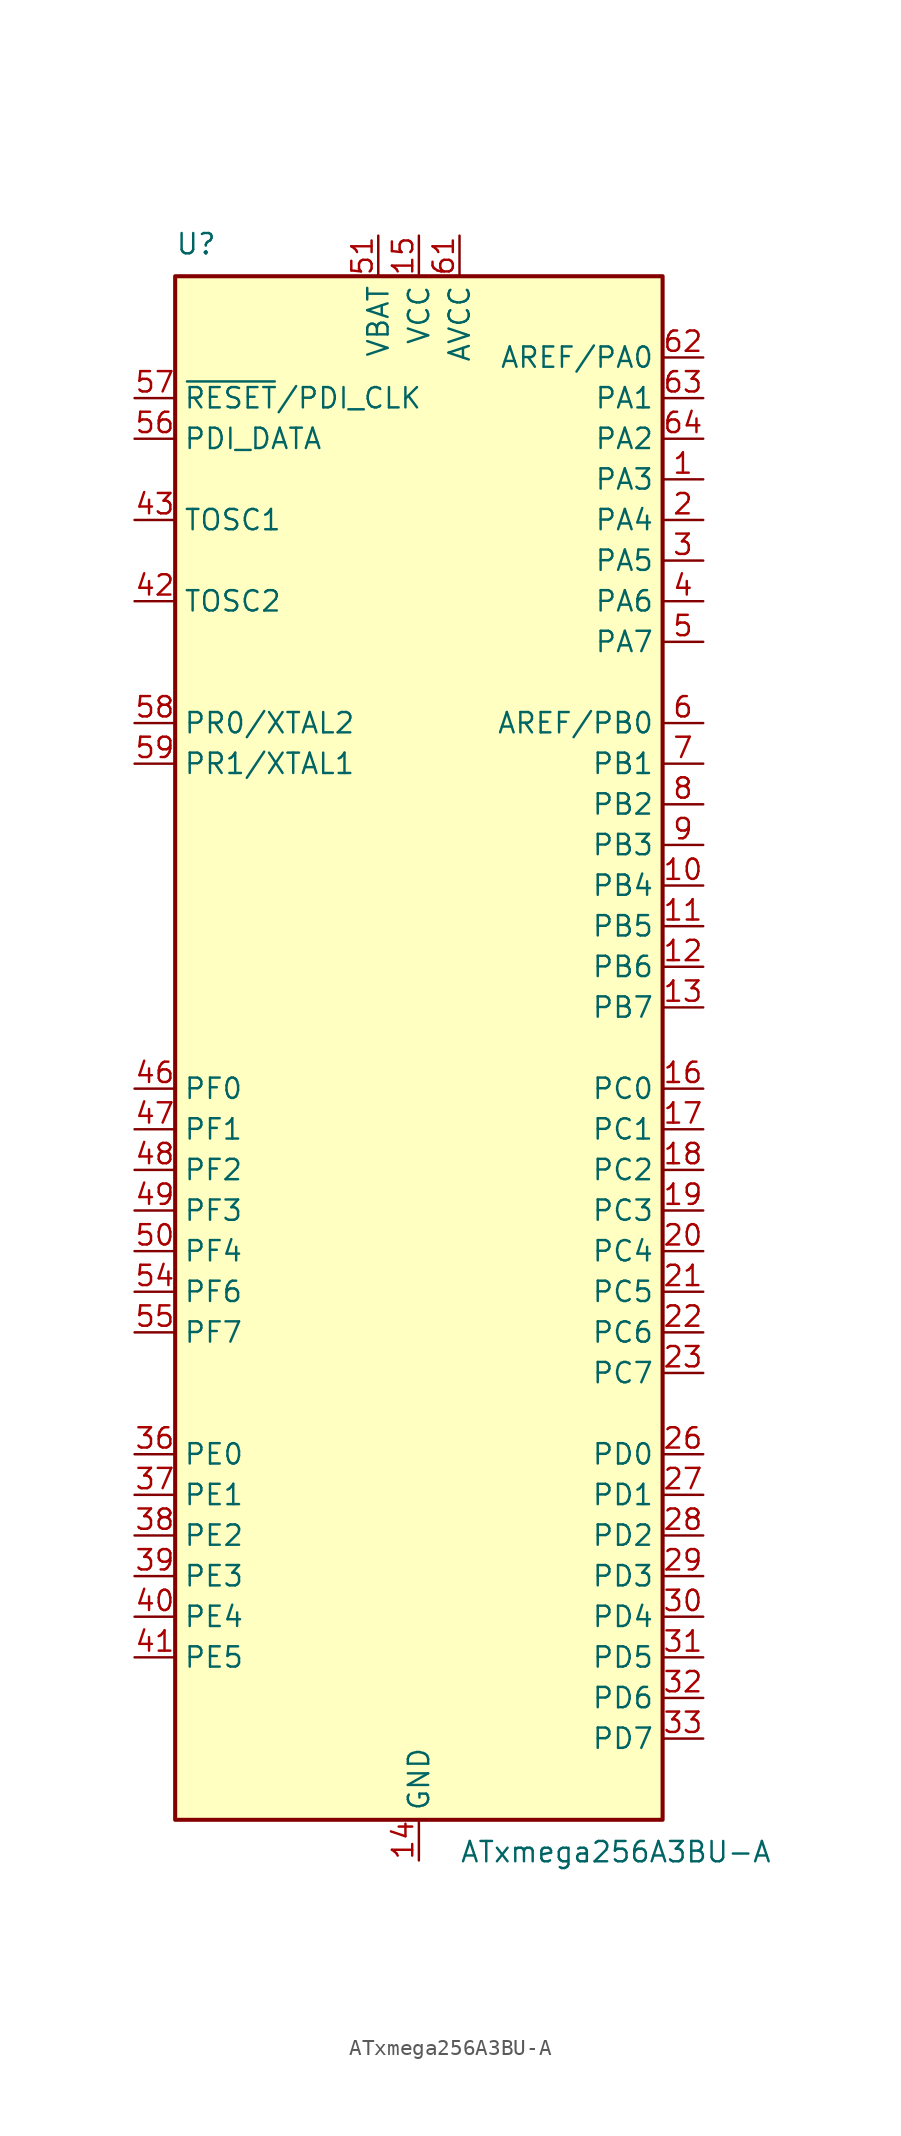
<source format=kicad_sym>
(kicad_symbol_lib
  (version 20211014)
  (generator kicad_symbol_editor)
  (symbol "ATxmega256A3BU-A"
    (property "Reference" "U"
      (at -15.24 49.53 0)
      (effects (font (size 1.27 1.27)) (justify left bottom)))
    (property "Value" "ATxmega256A3BU-A"
      (at 2.54 -49.53 0)
      (effects (font (size 1.27 1.27)) (justify left top)))
    (symbol "ATxmega256A3BU-A_0_1"
      (rectangle (start -15.24 -48.26) (end 15.24 48.26) (stroke (width 0.254) (type default) (color 0 0 0 0)) (fill (type background))))
    (symbol "ATxmega256A3BU-A_1_1"
      (pin bidirectional line (at 17.78 35.56 180) (length 2.54) (name "PA3" (effects (font (size 1.27 1.27)))) (number "1" (effects (font (size 1.27 1.27)))))
      (pin bidirectional line (at 17.78 10.16 180) (length 2.54) (name "PB4" (effects (font (size 1.27 1.27)))) (number "10" (effects (font (size 1.27 1.27)))))
      (pin bidirectional line (at 17.78 7.62 180) (length 2.54) (name "PB5" (effects (font (size 1.27 1.27)))) (number "11" (effects (font (size 1.27 1.27)))))
      (pin bidirectional line (at 17.78 5.08 180) (length 2.54) (name "PB6" (effects (font (size 1.27 1.27)))) (number "12" (effects (font (size 1.27 1.27)))))
      (pin bidirectional line (at 17.78 2.54 180) (length 2.54) (name "PB7" (effects (font (size 1.27 1.27)))) (number "13" (effects (font (size 1.27 1.27)))))
      (pin power_in line (at 0 -50.8 90) (length 2.54) (name "GND" (effects (font (size 1.27 1.27)))) (number "14" (effects (font (size 1.27 1.27)))))
      (pin power_in line (at 0 50.8 270) (length 2.54) (name "VCC" (effects (font (size 1.27 1.27)))) (number "15" (effects (font (size 1.27 1.27)))))
      (pin bidirectional line (at 17.78 -2.54 180) (length 2.54) (name "PC0" (effects (font (size 1.27 1.27)))) (number "16" (effects (font (size 1.27 1.27)))))
      (pin bidirectional line (at 17.78 -5.08 180) (length 2.54) (name "PC1" (effects (font (size 1.27 1.27)))) (number "17" (effects (font (size 1.27 1.27)))))
      (pin bidirectional line (at 17.78 -7.62 180) (length 2.54) (name "PC2" (effects (font (size 1.27 1.27)))) (number "18" (effects (font (size 1.27 1.27)))))
      (pin bidirectional line (at 17.78 -10.16 180) (length 2.54) (name "PC3" (effects (font (size 1.27 1.27)))) (number "19" (effects (font (size 1.27 1.27)))))
      (pin bidirectional line (at 17.78 33.02 180) (length 2.54) (name "PA4" (effects (font (size 1.27 1.27)))) (number "2" (effects (font (size 1.27 1.27)))))
      (pin bidirectional line (at 17.78 -12.7 180) (length 2.54) (name "PC4" (effects (font (size 1.27 1.27)))) (number "20" (effects (font (size 1.27 1.27)))))
      (pin bidirectional line (at 17.78 -15.24 180) (length 2.54) (name "PC5" (effects (font (size 1.27 1.27)))) (number "21" (effects (font (size 1.27 1.27)))))
      (pin bidirectional line (at 17.78 -17.78 180) (length 2.54) (name "PC6" (effects (font (size 1.27 1.27)))) (number "22" (effects (font (size 1.27 1.27)))))
      (pin bidirectional line (at 17.78 -20.32 180) (length 2.54) (name "PC7" (effects (font (size 1.27 1.27)))) (number "23" (effects (font (size 1.27 1.27)))))
      (pin passive line (at 0 -50.8 90) (length 2.54) hide (name "GND" (effects (font (size 1.27 1.27)))) (number "24" (effects (font (size 1.27 1.27)))))
      (pin passive line (at 0 50.8 270) (length 2.54) hide (name "VCC" (effects (font (size 1.27 1.27)))) (number "25" (effects (font (size 1.27 1.27)))))
      (pin bidirectional line (at 17.78 -25.4 180) (length 2.54) (name "PD0" (effects (font (size 1.27 1.27)))) (number "26" (effects (font (size 1.27 1.27)))))
      (pin bidirectional line (at 17.78 -27.94 180) (length 2.54) (name "PD1" (effects (font (size 1.27 1.27)))) (number "27" (effects (font (size 1.27 1.27)))))
      (pin bidirectional line (at 17.78 -30.48 180) (length 2.54) (name "PD2" (effects (font (size 1.27 1.27)))) (number "28" (effects (font (size 1.27 1.27)))))
      (pin bidirectional line (at 17.78 -33.02 180) (length 2.54) (name "PD3" (effects (font (size 1.27 1.27)))) (number "29" (effects (font (size 1.27 1.27)))))
      (pin bidirectional line (at 17.78 30.48 180) (length 2.54) (name "PA5" (effects (font (size 1.27 1.27)))) (number "3" (effects (font (size 1.27 1.27)))))
      (pin bidirectional line (at 17.78 -35.56 180) (length 2.54) (name "PD4" (effects (font (size 1.27 1.27)))) (number "30" (effects (font (size 1.27 1.27)))))
      (pin bidirectional line (at 17.78 -38.1 180) (length 2.54) (name "PD5" (effects (font (size 1.27 1.27)))) (number "31" (effects (font (size 1.27 1.27)))))
      (pin bidirectional line (at 17.78 -40.64 180) (length 2.54) (name "PD6" (effects (font (size 1.27 1.27)))) (number "32" (effects (font (size 1.27 1.27)))))
      (pin bidirectional line (at 17.78 -43.18 180) (length 2.54) (name "PD7" (effects (font (size 1.27 1.27)))) (number "33" (effects (font (size 1.27 1.27)))))
      (pin passive line (at 0 -50.8 90) (length 2.54) hide (name "GND" (effects (font (size 1.27 1.27)))) (number "34" (effects (font (size 1.27 1.27)))))
      (pin passive line (at 0 50.8 270) (length 2.54) hide (name "VCC" (effects (font (size 1.27 1.27)))) (number "35" (effects (font (size 1.27 1.27)))))
      (pin bidirectional line (at -17.78 -25.4 0) (length 2.54) (name "PE0" (effects (font (size 1.27 1.27)))) (number "36" (effects (font (size 1.27 1.27)))))
      (pin bidirectional line (at -17.78 -27.94 0) (length 2.54) (name "PE1" (effects (font (size 1.27 1.27)))) (number "37" (effects (font (size 1.27 1.27)))))
      (pin bidirectional line (at -17.78 -30.48 0) (length 2.54) (name "PE2" (effects (font (size 1.27 1.27)))) (number "38" (effects (font (size 1.27 1.27)))))
      (pin bidirectional line (at -17.78 -33.02 0) (length 2.54) (name "PE3" (effects (font (size 1.27 1.27)))) (number "39" (effects (font (size 1.27 1.27)))))
      (pin bidirectional line (at 17.78 27.94 180) (length 2.54) (name "PA6" (effects (font (size 1.27 1.27)))) (number "4" (effects (font (size 1.27 1.27)))))
      (pin bidirectional line (at -17.78 -35.56 0) (length 2.54) (name "PE4" (effects (font (size 1.27 1.27)))) (number "40" (effects (font (size 1.27 1.27)))))
      (pin bidirectional line (at -17.78 -38.1 0) (length 2.54) (name "PE5" (effects (font (size 1.27 1.27)))) (number "41" (effects (font (size 1.27 1.27)))))
      (pin passive line (at -17.78 27.94 0) (length 2.54) (name "TOSC2" (effects (font (size 1.27 1.27)))) (number "42" (effects (font (size 1.27 1.27)))))
      (pin input line (at -17.78 33.02 0) (length 2.54) (name "TOSC1" (effects (font (size 1.27 1.27)))) (number "43" (effects (font (size 1.27 1.27)))))
      (pin passive line (at 0 -50.8 90) (length 2.54) hide (name "GND" (effects (font (size 1.27 1.27)))) (number "44" (effects (font (size 1.27 1.27)))))
      (pin passive line (at 0 50.8 270) (length 2.54) hide (name "VCC" (effects (font (size 1.27 1.27)))) (number "45" (effects (font (size 1.27 1.27)))))
      (pin bidirectional line (at -17.78 -2.54 0) (length 2.54) (name "PF0" (effects (font (size 1.27 1.27)))) (number "46" (effects (font (size 1.27 1.27)))))
      (pin bidirectional line (at -17.78 -5.08 0) (length 2.54) (name "PF1" (effects (font (size 1.27 1.27)))) (number "47" (effects (font (size 1.27 1.27)))))
      (pin bidirectional line (at -17.78 -7.62 0) (length 2.54) (name "PF2" (effects (font (size 1.27 1.27)))) (number "48" (effects (font (size 1.27 1.27)))))
      (pin bidirectional line (at -17.78 -10.16 0) (length 2.54) (name "PF3" (effects (font (size 1.27 1.27)))) (number "49" (effects (font (size 1.27 1.27)))))
      (pin bidirectional line (at 17.78 25.4 180) (length 2.54) (name "PA7" (effects (font (size 1.27 1.27)))) (number "5" (effects (font (size 1.27 1.27)))))
      (pin bidirectional line (at -17.78 -12.7 0) (length 2.54) (name "PF4" (effects (font (size 1.27 1.27)))) (number "50" (effects (font (size 1.27 1.27)))))
      (pin power_in line (at -2.54 50.8 270) (length 2.54) (name "VBAT" (effects (font (size 1.27 1.27)))) (number "51" (effects (font (size 1.27 1.27)))))
      (pin passive line (at 0 -50.8 90) (length 2.54) hide (name "GND" (effects (font (size 1.27 1.27)))) (number "52" (effects (font (size 1.27 1.27)))))
      (pin passive line (at 0 50.8 270) (length 2.54) hide (name "VCC" (effects (font (size 1.27 1.27)))) (number "53" (effects (font (size 1.27 1.27)))))
      (pin bidirectional line (at -17.78 -15.24 0) (length 2.54) (name "PF6" (effects (font (size 1.27 1.27)))) (number "54" (effects (font (size 1.27 1.27)))))
      (pin bidirectional line (at -17.78 -17.78 0) (length 2.54) (name "PF7" (effects (font (size 1.27 1.27)))) (number "55" (effects (font (size 1.27 1.27)))))
      (pin bidirectional line (at -17.78 38.1 0) (length 2.54) (name "PDI_DATA" (effects (font (size 1.27 1.27)))) (number "56" (effects (font (size 1.27 1.27)))))
      (pin input line (at -17.78 40.64 0) (length 2.54) (name "~{RESET}/PDI_CLK" (effects (font (size 1.27 1.27)))) (number "57" (effects (font (size 1.27 1.27)))))
      (pin bidirectional line (at -17.78 20.32 0) (length 2.54) (name "PR0/XTAL2" (effects (font (size 1.27 1.27)))) (number "58" (effects (font (size 1.27 1.27)))))
      (pin bidirectional line (at -17.78 17.78 0) (length 2.54) (name "PR1/XTAL1" (effects (font (size 1.27 1.27)))) (number "59" (effects (font (size 1.27 1.27)))))
      (pin bidirectional line (at 17.78 20.32 180) (length 2.54) (name "AREF/PB0" (effects (font (size 1.27 1.27)))) (number "6" (effects (font (size 1.27 1.27)))))
      (pin passive line (at 0 -50.8 90) (length 2.54) hide (name "GND" (effects (font (size 1.27 1.27)))) (number "60" (effects (font (size 1.27 1.27)))))
      (pin power_in line (at 2.54 50.8 270) (length 2.54) (name "AVCC" (effects (font (size 1.27 1.27)))) (number "61" (effects (font (size 1.27 1.27)))))
      (pin bidirectional line (at 17.78 43.18 180) (length 2.54) (name "AREF/PA0" (effects (font (size 1.27 1.27)))) (number "62" (effects (font (size 1.27 1.27)))))
      (pin bidirectional line (at 17.78 40.64 180) (length 2.54) (name "PA1" (effects (font (size 1.27 1.27)))) (number "63" (effects (font (size 1.27 1.27)))))
      (pin bidirectional line (at 17.78 38.1 180) (length 2.54) (name "PA2" (effects (font (size 1.27 1.27)))) (number "64" (effects (font (size 1.27 1.27)))))
      (pin bidirectional line (at 17.78 17.78 180) (length 2.54) (name "PB1" (effects (font (size 1.27 1.27)))) (number "7" (effects (font (size 1.27 1.27)))))
      (pin bidirectional line (at 17.78 15.24 180) (length 2.54) (name "PB2" (effects (font (size 1.27 1.27)))) (number "8" (effects (font (size 1.27 1.27)))))
      (pin bidirectional line (at 17.78 12.7 180) (length 2.54) (name "PB3" (effects (font (size 1.27 1.27)))) (number "9" (effects (font (size 1.27 1.27))))))))
</source>
